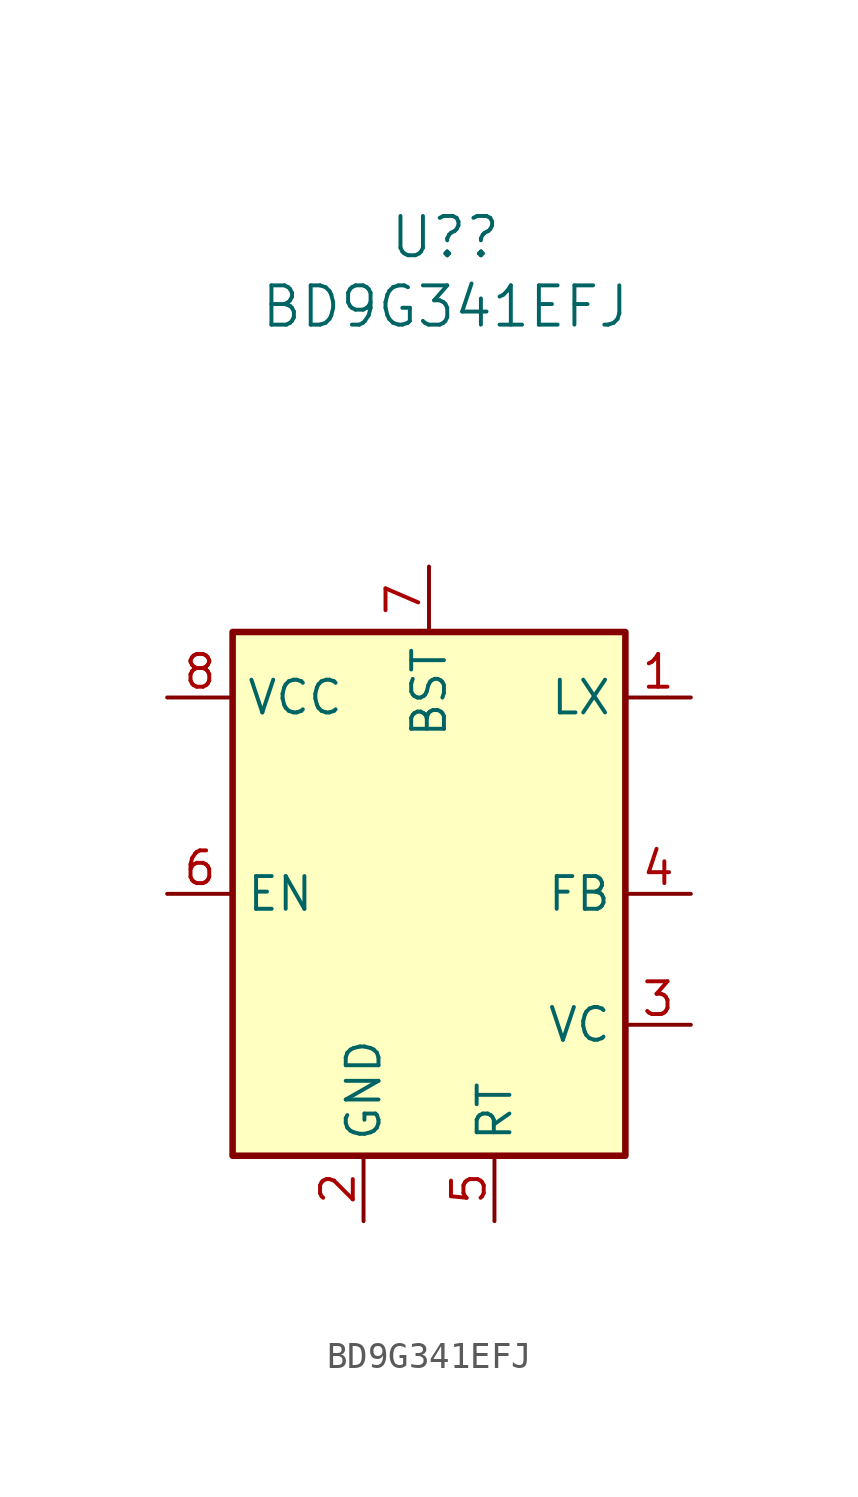
<source format=kicad_sym>
(kicad_symbol_lib
  (version 20211014)
  (generator kicad_symbol_editor)
  (symbol "BD9G341EFJ"
    (property "Reference" "U?"
      (at 0.635 25.476 0)
      (effects (font (size 1.524 1.524))))
    (property "Value" "BD9G341EFJ"
      (at 0.635 22.784 0)
      (effects (font (size 1.524 1.524))))
    (symbol "BD9G341EFJ_0_1"
      (rectangle (start -7.62 10.16) (end 7.62 -10.16) (stroke (width 0.254) (type default) (color 0 0 0 0)) (fill (type background))))
    (symbol "BD9G341EFJ_1_1"
      (pin passive line (at 10.16 7.62 180) (length 2.54) (name "LX" (effects (font (size 1.27 1.27)))) (number "1" (effects (font (size 1.27 1.27)))))
      (pin power_in line (at -2.54 -12.7 90) (length 2.54) (name "GND" (effects (font (size 1.27 1.27)))) (number "2" (effects (font (size 1.27 1.27)))))
      (pin output line (at 10.16 -5.08 180) (length 2.54) (name "VC" (effects (font (size 1.27 1.27)))) (number "3" (effects (font (size 1.27 1.27)))))
      (pin input line (at 10.16 0 180) (length 2.54) (name "FB" (effects (font (size 1.27 1.27)))) (number "4" (effects (font (size 1.27 1.27)))))
      (pin input line (at 2.54 -12.7 90) (length 2.54) (name "RT" (effects (font (size 1.27 1.27)))) (number "5" (effects (font (size 1.27 1.27)))))
      (pin input line (at -10.16 0 0) (length 2.54) (name "EN" (effects (font (size 1.27 1.27)))) (number "6" (effects (font (size 1.27 1.27)))))
      (pin input line (at 0 12.7 270) (length 2.54) (name "BST" (effects (font (size 1.27 1.27)))) (number "7" (effects (font (size 1.27 1.27)))))
      (pin power_in line (at -10.16 7.62 0) (length 2.54) (name "VCC" (effects (font (size 1.27 1.27)))) (number "8" (effects (font (size 1.27 1.27)))))
      (pin power_in line (at -2.54 -12.7 90) (length 2.54) hide (name "GND" (effects (font (size 1.27 1.27)))) (number "9" (effects (font (size 1.27 1.27))))))))
</source>
